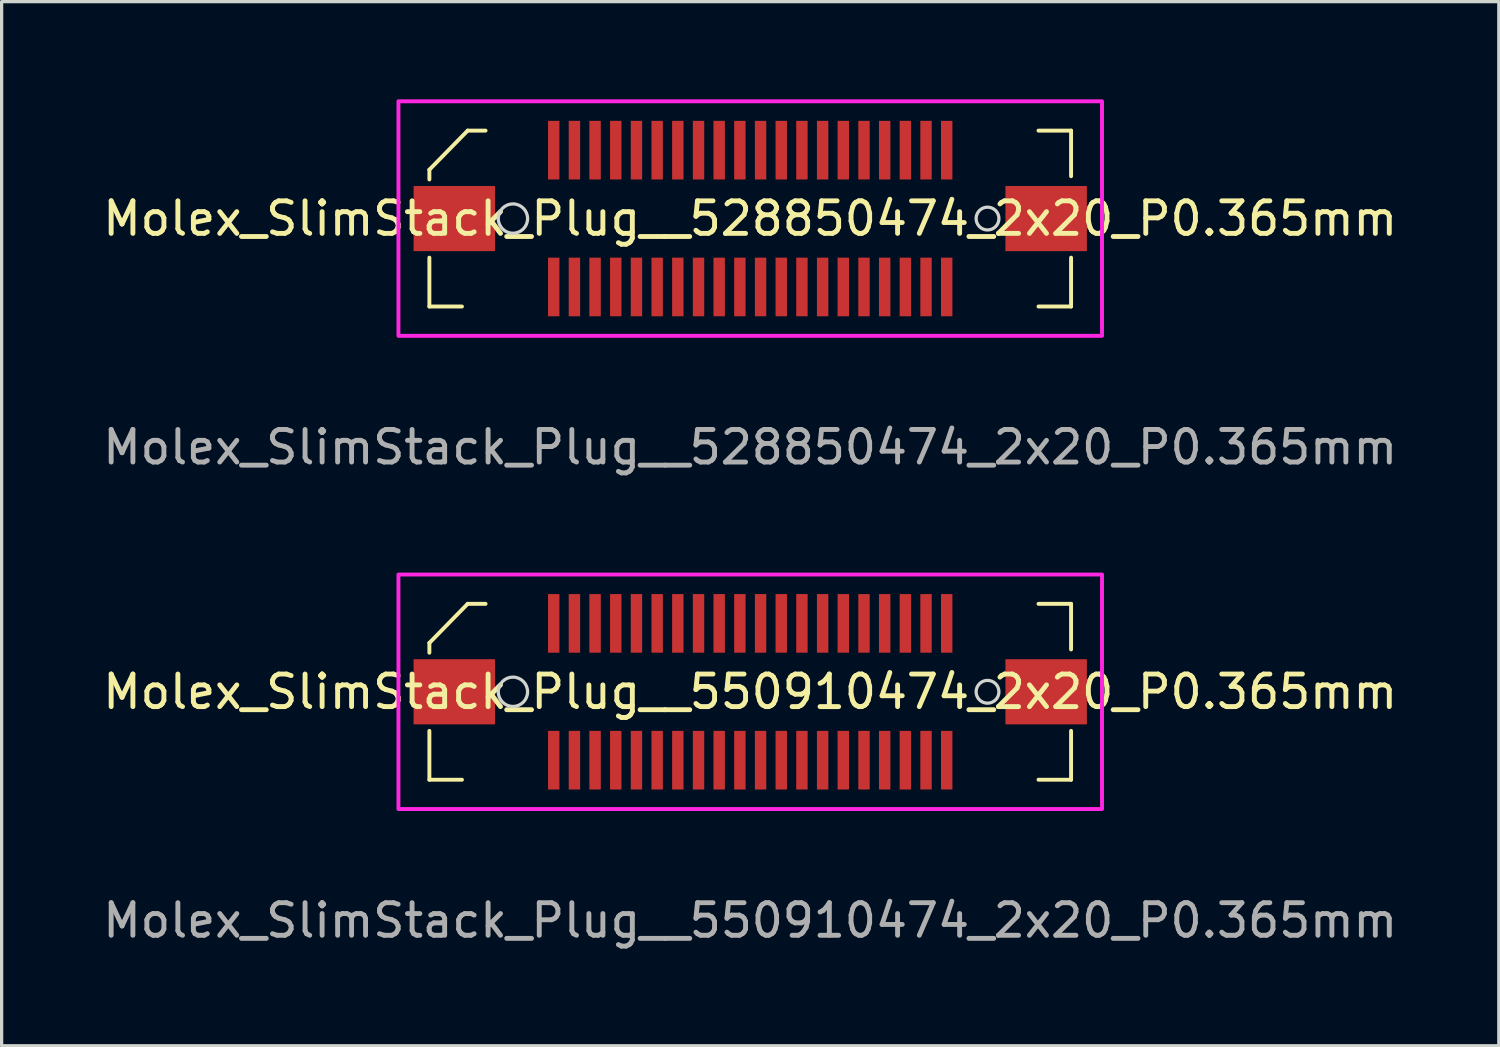
<source format=kicad_pcb>
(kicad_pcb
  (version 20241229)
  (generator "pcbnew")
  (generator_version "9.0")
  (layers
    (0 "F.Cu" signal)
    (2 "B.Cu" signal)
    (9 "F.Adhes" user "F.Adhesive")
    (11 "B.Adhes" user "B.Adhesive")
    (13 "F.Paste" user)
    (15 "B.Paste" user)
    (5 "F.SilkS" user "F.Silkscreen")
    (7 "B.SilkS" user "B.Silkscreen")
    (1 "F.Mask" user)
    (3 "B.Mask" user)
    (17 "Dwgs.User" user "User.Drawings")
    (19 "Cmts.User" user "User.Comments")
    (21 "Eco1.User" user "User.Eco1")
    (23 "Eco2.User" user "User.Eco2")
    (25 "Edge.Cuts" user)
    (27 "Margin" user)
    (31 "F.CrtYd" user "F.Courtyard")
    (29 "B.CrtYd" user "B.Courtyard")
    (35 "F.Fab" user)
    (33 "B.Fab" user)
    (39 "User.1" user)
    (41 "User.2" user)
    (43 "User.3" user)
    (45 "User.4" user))
  (footprint "Molex_SlimStack_Plug__528850474_2x20_P0.365mm"
    (layer "F.Cu")
    (at 19.982 3.66)
    (property "Reference" "Molex_SlimStack_Plug__528850474_2x20_P0.365mm" (at 0 0 0) (unlocked yes) (layer "F.SilkS") (effects (font (size 1 1) (thickness 0.15))))
    (attr smd)
    (fp_line (start -9.85 -1.5) (end -9.85 -1.2) (stroke (width 0.12) (type solid)) (layer "F.SilkS"))
    (fp_line (start -9.85 -1.5) (end -8.675 -2.7) (stroke (width 0.12) (type solid)) (layer "F.SilkS"))
    (fp_line (start -9.85 1.2) (end -9.85 2.7) (stroke (width 0.12) (type solid)) (layer "F.SilkS"))
    (fp_line (start -9.85 2.7) (end -8.85 2.7) (stroke (width 0.12) (type solid)) (layer "F.SilkS"))
    (fp_line (start -8.675 -2.7) (end -8.125 -2.7) (stroke (width 0.12) (type solid)) (layer "F.SilkS"))
    (fp_line (start 9.85 -2.7) (end 8.85 -2.7) (stroke (width 0.12) (type solid)) (layer "F.SilkS"))
    (fp_line (start 9.85 -2.7) (end 9.85 -1.3) (stroke (width 0.12) (type solid)) (layer "F.SilkS"))
    (fp_line (start 9.85 1.2) (end 9.85 2.7) (stroke (width 0.12) (type solid)) (layer "F.SilkS"))
    (fp_line (start 9.85 2.7) (end 8.85 2.7) (stroke (width 0.12) (type solid)) (layer "F.SilkS"))
    (fp_circle (center -7.285 0) (end -6.835 0) (stroke (width 0.1) (type solid)) (fill no) (layer "Edge.Cuts"))
    (fp_circle (center 7.285 0) (end 7.635 0) (stroke (width 0.1) (type solid)) (fill no) (layer "Edge.Cuts"))
    (fp_rect (start 10.8 -3.6) (end -10.8 3.6) (stroke (width 0.12) (type solid)) (fill no) (layer "F.CrtYd"))
    (fp_text user "${REFERENCE}" (at 0 7.02 0) (layer "F.Fab") (effects (font (size 1 1) (thickness 0.15))))
    (pad "1" smd rect (at -6.032 -2.1) (size 0.35 1.8) (layers "F.Cu" "F.Mask" "F.Paste"))
    (pad "2" smd rect (at -5.397 -2.1) (size 0.35 1.8) (layers "F.Cu" "F.Mask" "F.Paste"))
    (pad "3" smd rect (at -4.763 -2.1) (size 0.35 1.8) (layers "F.Cu" "F.Mask" "F.Paste"))
    (pad "4" smd rect (at -4.128 -2.1) (size 0.35 1.8) (layers "F.Cu" "F.Mask" "F.Paste"))
    (pad "5" smd rect (at -3.493 -2.1) (size 0.35 1.8) (layers "F.Cu" "F.Mask" "F.Paste"))
    (pad "6" smd rect (at -2.857 -2.1) (size 0.35 1.8) (layers "F.Cu" "F.Mask" "F.Paste"))
    (pad "7" smd rect (at -2.223 -2.1) (size 0.35 1.8) (layers "F.Cu" "F.Mask" "F.Paste"))
    (pad "8" smd rect (at -1.587 -2.1) (size 0.35 1.8) (layers "F.Cu" "F.Mask" "F.Paste"))
    (pad "9" smd rect (at -0.953 -2.1) (size 0.35 1.8) (layers "F.Cu" "F.Mask" "F.Paste"))
    (pad "10" smd rect (at -0.318 -2.1) (size 0.35 1.8) (layers "F.Cu" "F.Mask" "F.Paste"))
    (pad "11" smd rect (at 0.318 -2.1) (size 0.35 1.8) (layers "F.Cu" "F.Mask" "F.Paste"))
    (pad "12" smd rect (at 0.953 -2.1) (size 0.35 1.8) (layers "F.Cu" "F.Mask" "F.Paste"))
    (pad "13" smd rect (at 1.587 -2.1) (size 0.35 1.8) (layers "F.Cu" "F.Mask" "F.Paste"))
    (pad "14" smd rect (at 2.223 -2.1) (size 0.35 1.8) (layers "F.Cu" "F.Mask" "F.Paste"))
    (pad "15" smd rect (at 2.857 -2.1) (size 0.35 1.8) (layers "F.Cu" "F.Mask" "F.Paste"))
    (pad "16" smd rect (at 3.493 -2.1) (size 0.35 1.8) (layers "F.Cu" "F.Mask" "F.Paste"))
    (pad "17" smd rect (at 4.128 -2.1) (size 0.35 1.8) (layers "F.Cu" "F.Mask" "F.Paste"))
    (pad "18" smd rect (at 4.763 -2.1) (size 0.35 1.8) (layers "F.Cu" "F.Mask" "F.Paste"))
    (pad "19" smd rect (at 5.397 -2.1) (size 0.35 1.8) (layers "F.Cu" "F.Mask" "F.Paste"))
    (pad "20" smd rect (at 6.032 -2.1) (size 0.35 1.8) (layers "F.Cu" "F.Mask" "F.Paste"))
    (pad "21" smd rect (at 6.032 2.1) (size 0.35 1.8) (layers "F.Cu" "F.Mask" "F.Paste"))
    (pad "22" smd rect (at 5.397 2.1) (size 0.35 1.8) (layers "F.Cu" "F.Mask" "F.Paste"))
    (pad "23" smd rect (at 4.763 2.1) (size 0.35 1.8) (layers "F.Cu" "F.Mask" "F.Paste"))
    (pad "24" smd rect (at 4.128 2.1) (size 0.35 1.8) (layers "F.Cu" "F.Mask" "F.Paste"))
    (pad "25" smd rect (at 3.493 2.1) (size 0.35 1.8) (layers "F.Cu" "F.Mask" "F.Paste"))
    (pad "26" smd rect (at 2.857 2.1) (size 0.35 1.8) (layers "F.Cu" "F.Mask" "F.Paste"))
    (pad "27" smd rect (at 2.223 2.1) (size 0.35 1.8) (layers "F.Cu" "F.Mask" "F.Paste"))
    (pad "28" smd rect (at 1.587 2.1) (size 0.35 1.8) (layers "F.Cu" "F.Mask" "F.Paste"))
    (pad "29" smd rect (at 0.953 2.1) (size 0.35 1.8) (layers "F.Cu" "F.Mask" "F.Paste"))
    (pad "30" smd rect (at 0.318 2.1) (size 0.35 1.8) (layers "F.Cu" "F.Mask" "F.Paste"))
    (pad "31" smd rect (at -0.318 2.1) (size 0.35 1.8) (layers "F.Cu" "F.Mask" "F.Paste"))
    (pad "32" smd rect (at -0.953 2.1) (size 0.35 1.8) (layers "F.Cu" "F.Mask" "F.Paste"))
    (pad "33" smd rect (at -1.587 2.1) (size 0.35 1.8) (layers "F.Cu" "F.Mask" "F.Paste"))
    (pad "34" smd rect (at -2.223 2.1) (size 0.35 1.8) (layers "F.Cu" "F.Mask" "F.Paste"))
    (pad "35" smd rect (at -2.857 2.1) (size 0.35 1.8) (layers "F.Cu" "F.Mask" "F.Paste"))
    (pad "36" smd rect (at -3.493 2.1) (size 0.35 1.8) (layers "F.Cu" "F.Mask" "F.Paste"))
    (pad "37" smd rect (at -4.128 2.1) (size 0.35 1.8) (layers "F.Cu" "F.Mask" "F.Paste"))
    (pad "38" smd rect (at -4.763 2.1) (size 0.35 1.8) (layers "F.Cu" "F.Mask" "F.Paste"))
    (pad "39" smd rect (at -5.397 2.1) (size 0.35 1.8) (layers "F.Cu" "F.Mask" "F.Paste"))
    (pad "40" smd rect (at -6.032 2.1) (size 0.35 1.8) (layers "F.Cu" "F.Mask" "F.Paste"))
    (pad "GND" smd rect (at -9.085 0) (size 2.5 2) (layers "F.Cu" "F.Mask" "F.Paste"))
    (pad "GND" smd rect (at 9.085 0) (size 2.5 2) (layers "F.Cu" "F.Mask" "F.Paste")))
  (footprint "Molex_SlimStack_Plug__550910474_2x20_P0.365mm"
    (layer "F.Cu")
    (at 19.982 18.188)
    (property "Reference" "Molex_SlimStack_Plug__550910474_2x20_P0.365mm" (at 0 0 0) (unlocked yes) (layer "F.SilkS") (effects (font (size 1 1) (thickness 0.15))))
    (attr smd)
    (fp_line (start -9.85 -1.5) (end -9.85 -1.2) (stroke (width 0.12) (type solid)) (layer "F.SilkS"))
    (fp_line (start -9.85 -1.5) (end -8.675 -2.7) (stroke (width 0.12) (type solid)) (layer "F.SilkS"))
    (fp_line (start -9.85 1.2) (end -9.85 2.7) (stroke (width 0.12) (type solid)) (layer "F.SilkS"))
    (fp_line (start -9.85 2.7) (end -8.85 2.7) (stroke (width 0.12) (type solid)) (layer "F.SilkS"))
    (fp_line (start -8.675 -2.7) (end -8.125 -2.7) (stroke (width 0.12) (type solid)) (layer "F.SilkS"))
    (fp_line (start 9.85 -2.7) (end 8.85 -2.7) (stroke (width 0.12) (type solid)) (layer "F.SilkS"))
    (fp_line (start 9.85 -2.7) (end 9.85 -1.3) (stroke (width 0.12) (type solid)) (layer "F.SilkS"))
    (fp_line (start 9.85 1.2) (end 9.85 2.7) (stroke (width 0.12) (type solid)) (layer "F.SilkS"))
    (fp_line (start 9.85 2.7) (end 8.85 2.7) (stroke (width 0.12) (type solid)) (layer "F.SilkS"))
    (fp_circle (center -7.285 0) (end -6.835 0) (stroke (width 0.1) (type solid)) (fill no) (layer "Edge.Cuts"))
    (fp_circle (center 7.285 0) (end 7.635 0) (stroke (width 0.1) (type solid)) (fill no) (layer "Edge.Cuts"))
    (fp_rect (start 10.8 -3.6) (end -10.8 3.6) (stroke (width 0.12) (type solid)) (fill no) (layer "F.CrtYd"))
    (fp_text user "${REFERENCE}" (at 0 7.02 0) (layer "F.Fab") (effects (font (size 1 1) (thickness 0.15))))
    (pad "1" smd rect (at -6.032 -2.1) (size 0.35 1.8) (layers "F.Cu" "F.Mask" "F.Paste"))
    (pad "2" smd rect (at -5.397 -2.1) (size 0.35 1.8) (layers "F.Cu" "F.Mask" "F.Paste"))
    (pad "3" smd rect (at -4.763 -2.1) (size 0.35 1.8) (layers "F.Cu" "F.Mask" "F.Paste"))
    (pad "4" smd rect (at -4.128 -2.1) (size 0.35 1.8) (layers "F.Cu" "F.Mask" "F.Paste"))
    (pad "5" smd rect (at -3.493 -2.1) (size 0.35 1.8) (layers "F.Cu" "F.Mask" "F.Paste"))
    (pad "6" smd rect (at -2.857 -2.1) (size 0.35 1.8) (layers "F.Cu" "F.Mask" "F.Paste"))
    (pad "7" smd rect (at -2.223 -2.1) (size 0.35 1.8) (layers "F.Cu" "F.Mask" "F.Paste"))
    (pad "8" smd rect (at -1.587 -2.1) (size 0.35 1.8) (layers "F.Cu" "F.Mask" "F.Paste"))
    (pad "9" smd rect (at -0.953 -2.1) (size 0.35 1.8) (layers "F.Cu" "F.Mask" "F.Paste"))
    (pad "10" smd rect (at -0.318 -2.1) (size 0.35 1.8) (layers "F.Cu" "F.Mask" "F.Paste"))
    (pad "11" smd rect (at 0.318 -2.1) (size 0.35 1.8) (layers "F.Cu" "F.Mask" "F.Paste"))
    (pad "12" smd rect (at 0.953 -2.1) (size 0.35 1.8) (layers "F.Cu" "F.Mask" "F.Paste"))
    (pad "13" smd rect (at 1.587 -2.1) (size 0.35 1.8) (layers "F.Cu" "F.Mask" "F.Paste"))
    (pad "14" smd rect (at 2.223 -2.1) (size 0.35 1.8) (layers "F.Cu" "F.Mask" "F.Paste"))
    (pad "15" smd rect (at 2.857 -2.1) (size 0.35 1.8) (layers "F.Cu" "F.Mask" "F.Paste"))
    (pad "16" smd rect (at 3.493 -2.1) (size 0.35 1.8) (layers "F.Cu" "F.Mask" "F.Paste"))
    (pad "17" smd rect (at 4.128 -2.1) (size 0.35 1.8) (layers "F.Cu" "F.Mask" "F.Paste"))
    (pad "18" smd rect (at 4.763 -2.1) (size 0.35 1.8) (layers "F.Cu" "F.Mask" "F.Paste"))
    (pad "19" smd rect (at 5.397 -2.1) (size 0.35 1.8) (layers "F.Cu" "F.Mask" "F.Paste"))
    (pad "20" smd rect (at 6.032 -2.1) (size 0.35 1.8) (layers "F.Cu" "F.Mask" "F.Paste"))
    (pad "21" smd rect (at 6.032 2.1) (size 0.35 1.8) (layers "F.Cu" "F.Mask" "F.Paste"))
    (pad "22" smd rect (at 5.397 2.1) (size 0.35 1.8) (layers "F.Cu" "F.Mask" "F.Paste"))
    (pad "23" smd rect (at 4.763 2.1) (size 0.35 1.8) (layers "F.Cu" "F.Mask" "F.Paste"))
    (pad "24" smd rect (at 4.128 2.1) (size 0.35 1.8) (layers "F.Cu" "F.Mask" "F.Paste"))
    (pad "25" smd rect (at 3.493 2.1) (size 0.35 1.8) (layers "F.Cu" "F.Mask" "F.Paste"))
    (pad "26" smd rect (at 2.857 2.1) (size 0.35 1.8) (layers "F.Cu" "F.Mask" "F.Paste"))
    (pad "27" smd rect (at 2.223 2.1) (size 0.35 1.8) (layers "F.Cu" "F.Mask" "F.Paste"))
    (pad "28" smd rect (at 1.587 2.1) (size 0.35 1.8) (layers "F.Cu" "F.Mask" "F.Paste"))
    (pad "29" smd rect (at 0.953 2.1) (size 0.35 1.8) (layers "F.Cu" "F.Mask" "F.Paste"))
    (pad "30" smd rect (at 0.318 2.1) (size 0.35 1.8) (layers "F.Cu" "F.Mask" "F.Paste"))
    (pad "31" smd rect (at -0.318 2.1) (size 0.35 1.8) (layers "F.Cu" "F.Mask" "F.Paste"))
    (pad "32" smd rect (at -0.953 2.1) (size 0.35 1.8) (layers "F.Cu" "F.Mask" "F.Paste"))
    (pad "33" smd rect (at -1.587 2.1) (size 0.35 1.8) (layers "F.Cu" "F.Mask" "F.Paste"))
    (pad "34" smd rect (at -2.223 2.1) (size 0.35 1.8) (layers "F.Cu" "F.Mask" "F.Paste"))
    (pad "35" smd rect (at -2.857 2.1) (size 0.35 1.8) (layers "F.Cu" "F.Mask" "F.Paste"))
    (pad "36" smd rect (at -3.493 2.1) (size 0.35 1.8) (layers "F.Cu" "F.Mask" "F.Paste"))
    (pad "37" smd rect (at -4.128 2.1) (size 0.35 1.8) (layers "F.Cu" "F.Mask" "F.Paste"))
    (pad "38" smd rect (at -4.763 2.1) (size 0.35 1.8) (layers "F.Cu" "F.Mask" "F.Paste"))
    (pad "39" smd rect (at -5.397 2.1) (size 0.35 1.8) (layers "F.Cu" "F.Mask" "F.Paste"))
    (pad "40" smd rect (at -6.032 2.1) (size 0.35 1.8) (layers "F.Cu" "F.Mask" "F.Paste"))
    (pad "GND" smd rect (at -9.085 0) (size 2.5 2) (layers "F.Cu" "F.Mask" "F.Paste"))
    (pad "GND" smd rect (at 9.085 0) (size 2.5 2) (layers "F.Cu" "F.Mask" "F.Paste")))
  (gr_rect
    (start -3 -3)
    (end 42.964 29.056)
    (stroke (width 0.1) (type default))
    (fill no)
    (layer "Edge.Cuts")))
</source>
